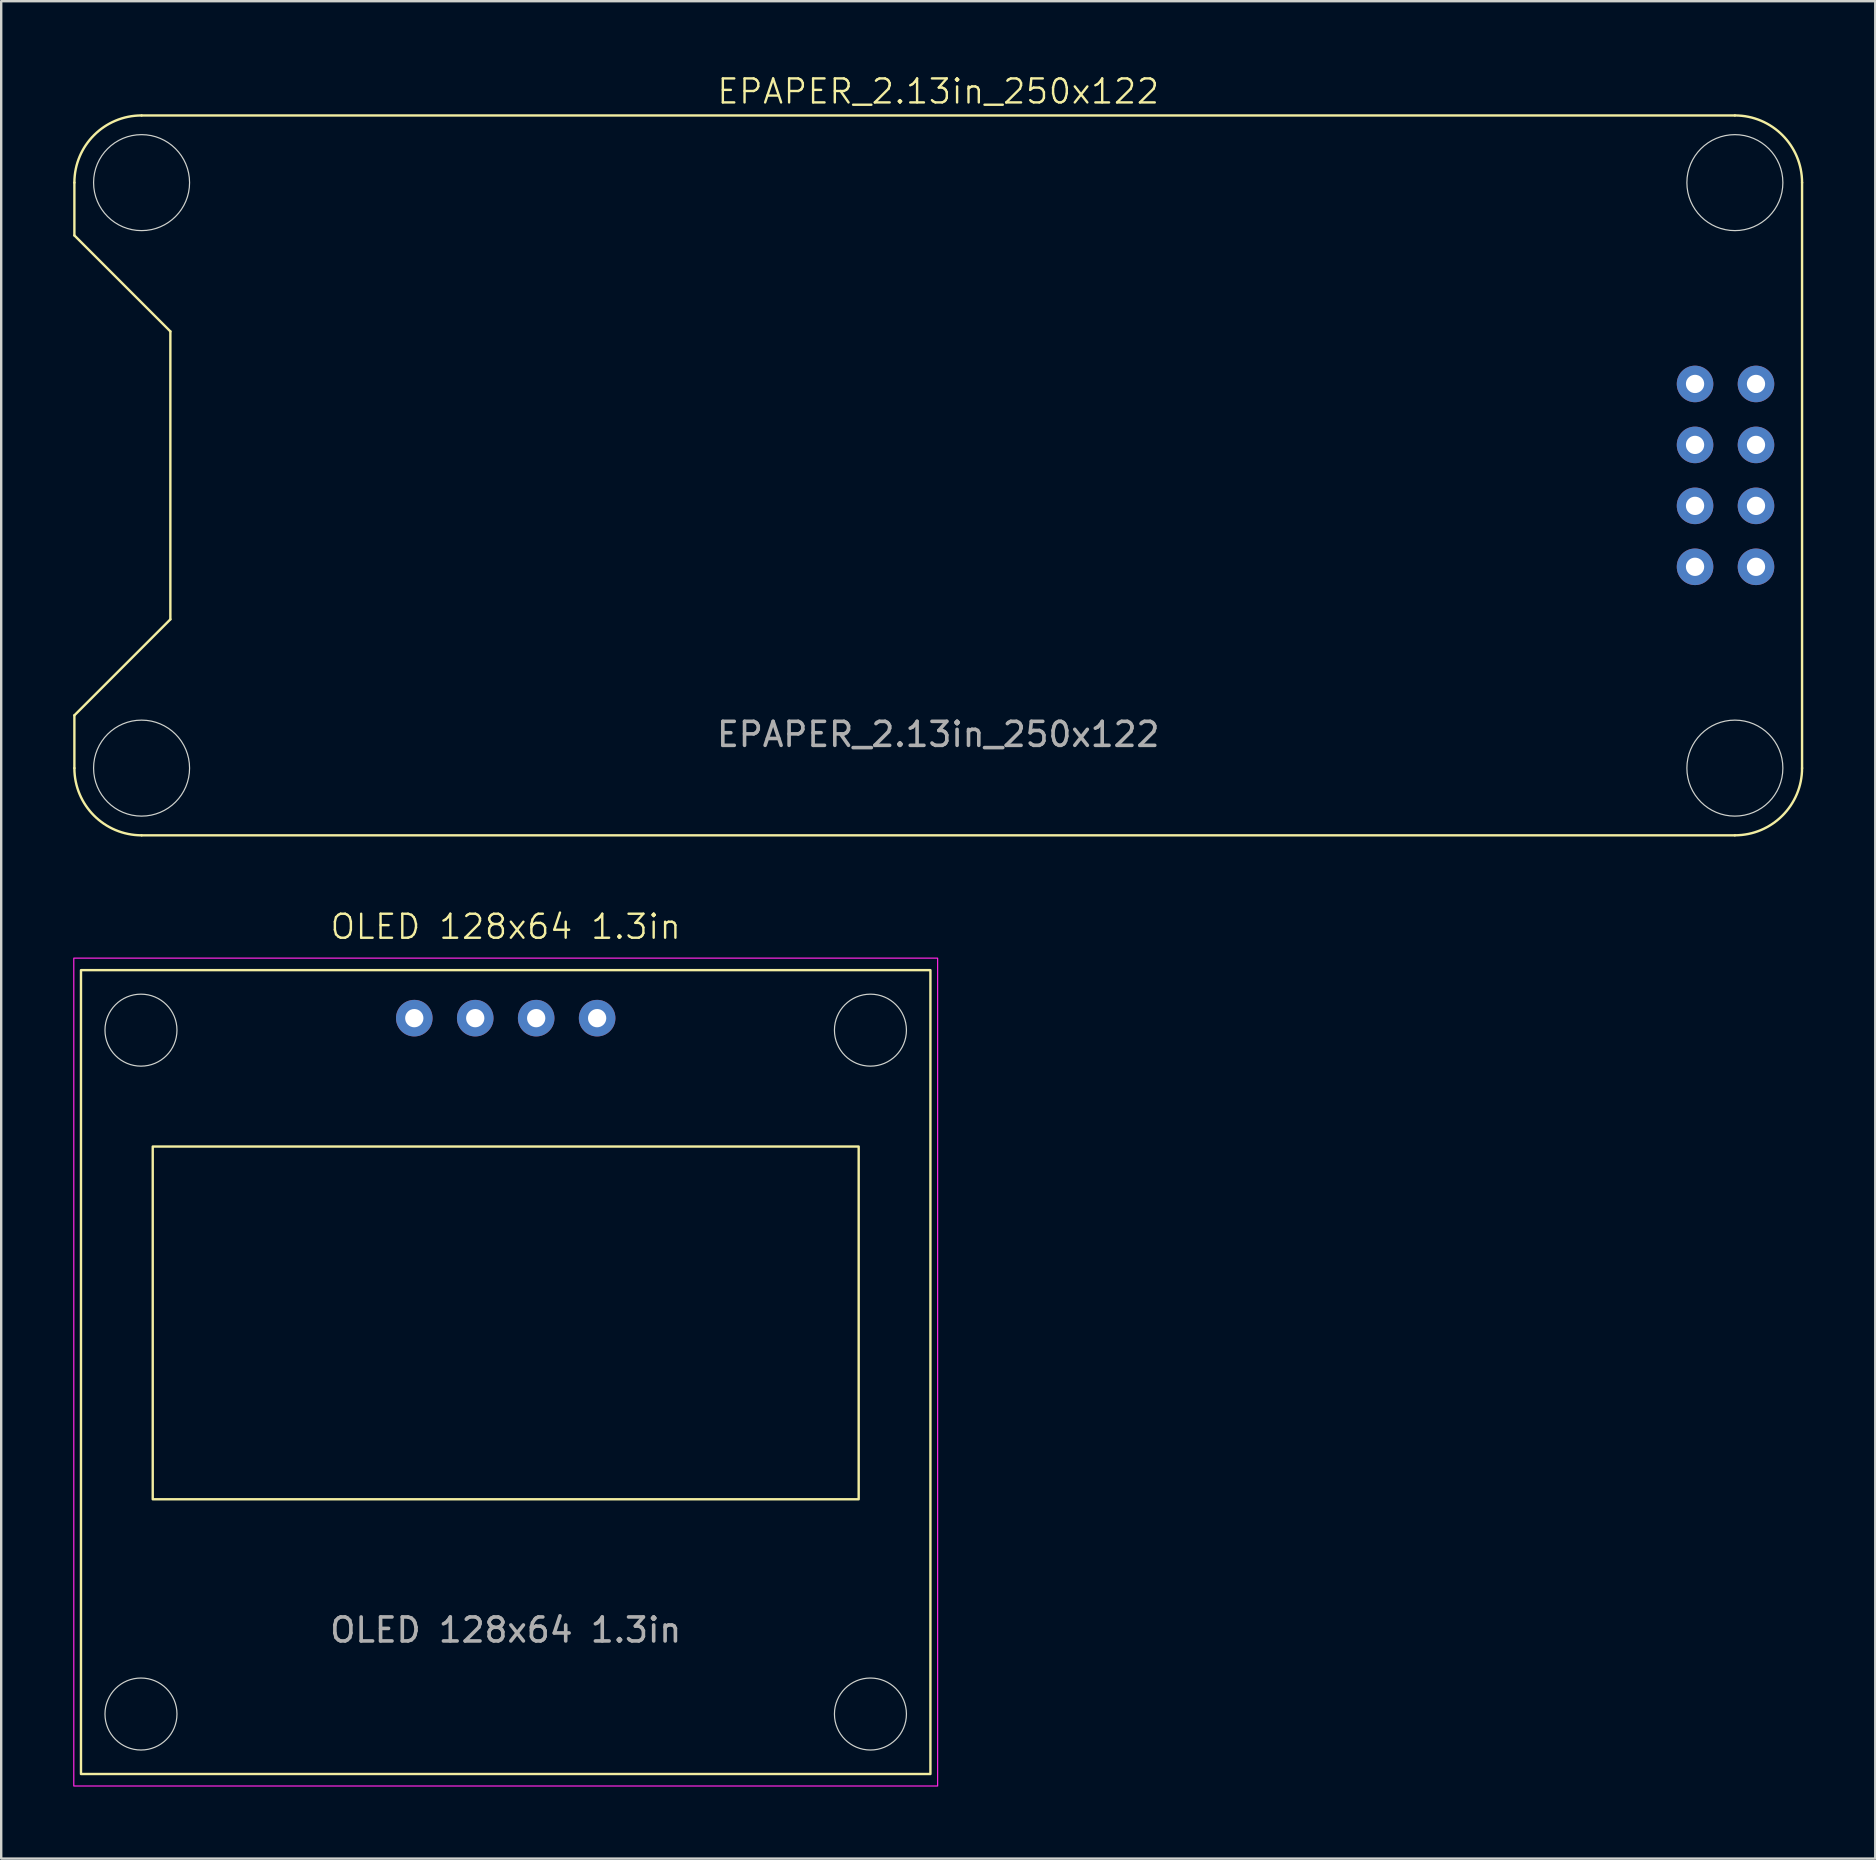
<source format=kicad_pcb>
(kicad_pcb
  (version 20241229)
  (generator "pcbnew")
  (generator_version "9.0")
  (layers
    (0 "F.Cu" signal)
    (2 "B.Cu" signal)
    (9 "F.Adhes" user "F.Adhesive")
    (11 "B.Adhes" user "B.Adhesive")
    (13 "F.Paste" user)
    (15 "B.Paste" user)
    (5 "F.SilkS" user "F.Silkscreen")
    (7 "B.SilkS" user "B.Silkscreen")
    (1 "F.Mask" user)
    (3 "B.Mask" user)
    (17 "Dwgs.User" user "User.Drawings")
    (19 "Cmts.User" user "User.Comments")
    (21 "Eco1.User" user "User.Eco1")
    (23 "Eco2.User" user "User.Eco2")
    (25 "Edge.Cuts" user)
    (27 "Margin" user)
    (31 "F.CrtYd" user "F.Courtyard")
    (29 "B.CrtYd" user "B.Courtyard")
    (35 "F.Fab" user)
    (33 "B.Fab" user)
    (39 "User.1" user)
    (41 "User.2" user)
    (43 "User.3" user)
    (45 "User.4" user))
  (footprint "OLED 128x64 1.3in"
    (layer "F.Cu")
    (at 18.025 39.381)
    (property "Reference" "OLED 128x64 1.3in" (at 0 -3.81 0) (unlocked yes) (layer "F.SilkS") (effects (font (size 1 1) (thickness 0.1))))
    (attr through_hole)
    (fp_rect (start -17.7 -2) (end 17.7 31.5) (stroke (width 0.1) (type default)) (fill no) (layer "F.SilkS"))
    (fp_rect (start -14.71 5.35) (end 14.71 20.05) (stroke (width 0.1) (type solid)) (fill no) (layer "F.SilkS"))
    (fp_circle (center -15.2 0.5) (end -13.7 0.5) (stroke (width 0.05) (type default)) (fill no) (layer "Edge.Cuts"))
    (fp_circle (center -15.2 29) (end -13.7 29) (stroke (width 0.05) (type default)) (fill no) (layer "Edge.Cuts"))
    (fp_circle (center 15.2 0.5) (end 16.7 0.5) (stroke (width 0.05) (type default)) (fill no) (layer "Edge.Cuts"))
    (fp_circle (center 15.2 29) (end 16.7 29) (stroke (width 0.05) (type default)) (fill no) (layer "Edge.Cuts"))
    (fp_rect (start -18 -2.5) (end 18 32) (stroke (width 0.05) (type default)) (fill no) (layer "F.CrtYd"))
    (fp_text user "${REFERENCE}" (at 0 25.5 0) (unlocked yes) (layer "F.Fab") (effects (font (size 1 1) (thickness 0.15))))
    (pad "1" thru_hole circle (at -3.81 0) (size 1.524 1.524) (drill 0.762) (layers "*.Cu" "*.Mask"))
    (pad "2" thru_hole circle (at -1.27 0) (size 1.524 1.524) (drill 0.762) (layers "*.Cu" "*.Mask"))
    (pad "3" thru_hole circle (at 1.27 0) (size 1.524 1.524) (drill 0.762) (layers "*.Cu" "*.Mask"))
    (pad "4" thru_hole circle (at 3.81 0) (size 1.524 1.524) (drill 0.762) (layers "*.Cu" "*.Mask")))
  (footprint "EPAPER_2.13in_250x122"
    (layer "F.Cu")
    (at 36.05 16.761)
    (property "Reference" "EPAPER_2.13in_250x122" (at 0 -16 0) (unlocked yes) (layer "F.SilkS") (effects (font (size 1 1) (thickness 0.1))))
    (attr through_hole)
    (fp_line (start -36 -12.2) (end -36 -10) (stroke (width 0.1) (type default)) (layer "F.SilkS"))
    (fp_line (start -36 -10) (end -32 -6) (stroke (width 0.1) (type default)) (layer "F.SilkS"))
    (fp_line (start -36 10) (end -36 12.2) (stroke (width 0.1) (type default)) (layer "F.SilkS"))
    (fp_line (start -33.2 15) (end 33.2 15) (stroke (width 0.1) (type default)) (layer "F.SilkS"))
    (fp_line (start -32 -6) (end -32 6) (stroke (width 0.1) (type default)) (layer "F.SilkS"))
    (fp_line (start -32 6) (end -36 10) (stroke (width 0.1) (type default)) (layer "F.SilkS"))
    (fp_line (start 33.2 -15) (end -33.2 -15) (stroke (width 0.1) (type default)) (layer "F.SilkS"))
    (fp_line (start 36 12.2) (end 36 -12.2) (stroke (width 0.1) (type default)) (layer "F.SilkS"))
    (fp_arc (start -36 -12.2) (mid -35.179899 -14.179899) (end -33.2 -15) (stroke (width 0.1) (type default)) (layer "F.SilkS"))
    (fp_arc (start -33.2 15) (mid -35.179899 14.179899) (end -36 12.2) (stroke (width 0.1) (type default)) (layer "F.SilkS"))
    (fp_arc (start 33.2 -15) (mid 35.179899 -14.179899) (end 36 -12.2) (stroke (width 0.1) (type default)) (layer "F.SilkS"))
    (fp_arc (start 36 12.2) (mid 35.179899 14.179899) (end 33.2 15) (stroke (width 0.1) (type default)) (layer "F.SilkS"))
    (fp_circle (center -33.2 -12.2) (end -31.2 -12.2) (stroke (width 0.05) (type default)) (fill no) (layer "Edge.Cuts"))
    (fp_circle (center -33.2 12.2) (end -31.2 12.2) (stroke (width 0.05) (type default)) (fill no) (layer "Edge.Cuts"))
    (fp_circle (center 33.2 -12.2) (end 35.2 -12.2) (stroke (width 0.05) (type default)) (fill no) (layer "Edge.Cuts"))
    (fp_circle (center 33.2 12.2) (end 35.2 12.2) (stroke (width 0.05) (type default)) (fill no) (layer "Edge.Cuts"))
    (fp_text user "${REFERENCE}" (at 0 10.795 0) (unlocked yes) (layer "F.Fab") (effects (font (size 1 1) (thickness 0.15))))
    (pad "1" thru_hole circle (at 34.08 -3.81) (size 1.524 1.524) (drill 0.762) (layers "*.Cu" "*.Mask"))
    (pad "2" thru_hole circle (at 31.54 -3.81) (size 1.524 1.524) (drill 0.762) (layers "*.Cu" "*.Mask"))
    (pad "3" thru_hole circle (at 34.08 -1.27) (size 1.524 1.524) (drill 0.762) (layers "*.Cu" "*.Mask"))
    (pad "4" thru_hole circle (at 31.54 -1.27) (size 1.524 1.524) (drill 0.762) (layers "*.Cu" "*.Mask"))
    (pad "5" thru_hole circle (at 34.08 1.27) (size 1.524 1.524) (drill 0.762) (layers "*.Cu" "*.Mask"))
    (pad "6" thru_hole circle (at 31.54 1.27) (size 1.524 1.524) (drill 0.762) (layers "*.Cu" "*.Mask"))
    (pad "7" thru_hole circle (at 34.08 3.81) (size 1.524 1.524) (drill 0.762) (layers "*.Cu" "*.Mask"))
    (pad "8" thru_hole circle (at 31.54 3.81) (size 1.524 1.524) (drill 0.762) (layers "*.Cu" "*.Mask")))
  (gr_rect
    (start -3 -3)
    (end 75.1 74.406)
    (stroke (width 0.1) (type default))
    (fill no)
    (layer "Edge.Cuts")))
</source>
